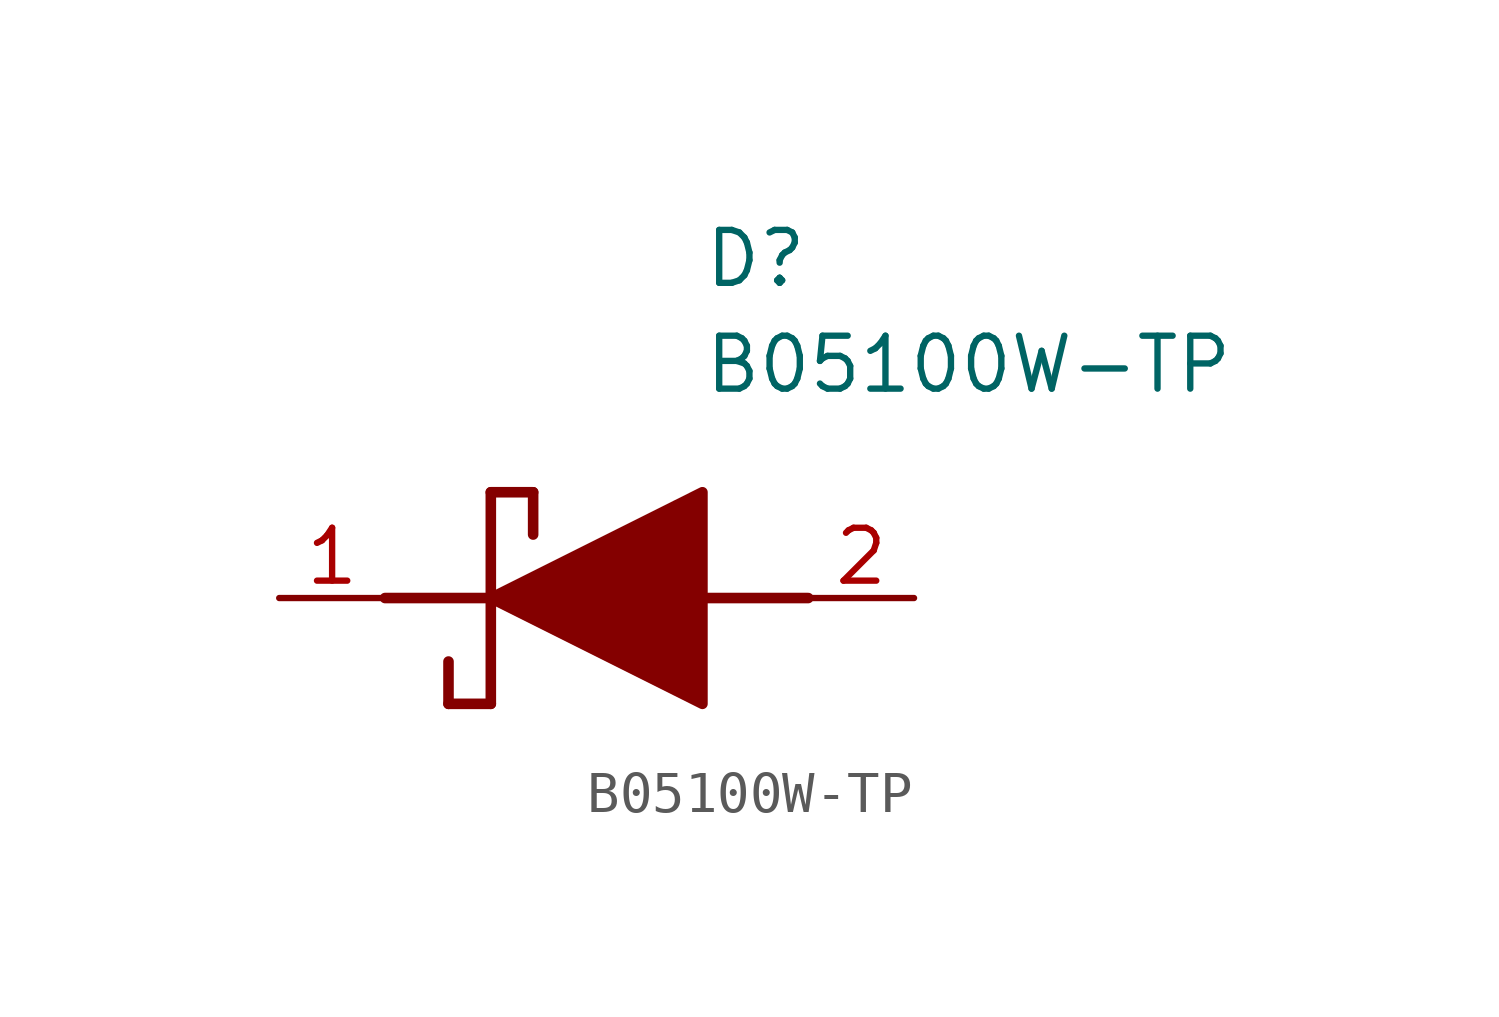
<source format=kicad_sym>
(kicad_symbol_lib
  (version 20211014)
  (generator SamacSys_ECAD_Model)
  (symbol "B05100W-TP"
    (pin_names hide)
    (property "Reference" "D"
      (at 12.7 8.89 0)
      (effects (font (size 1.27 1.27)) (justify left top)))
    (property "Value" "B05100W-TP"
      (at 12.7 6.35 0)
      (effects (font (size 1.27 1.27)) (justify left top)))
    (polyline
      (pts (xy 7.62 2.54) (xy 7.62 -2.54))
      (stroke (width 0.254) (type default))
      (fill (type none)))
    (polyline
      (pts (xy 7.62 2.54) (xy 8.636 2.54))
      (stroke (width 0.254) (type default))
      (fill (type none)))
    (polyline
      (pts (xy 8.636 1.524) (xy 8.636 2.54))
      (stroke (width 0.254) (type default))
      (fill (type none)))
    (polyline
      (pts (xy 7.62 -2.54) (xy 6.604 -2.54))
      (stroke (width 0.254) (type default))
      (fill (type none)))
    (polyline
      (pts (xy 6.604 -1.524) (xy 6.604 -2.54))
      (stroke (width 0.254) (type default))
      (fill (type none)))
    (polyline
      (pts (xy 5.08 0) (xy 7.62 0))
      (stroke (width 0.254) (type default))
      (fill (type none)))
    (polyline
      (pts (xy 12.7 0) (xy 15.24 0))
      (stroke (width 0.254) (type default))
      (fill (type none)))
    (polyline
      (pts (xy 7.62 0) (xy 12.7 2.54) (xy 12.7 -2.54) (xy 7.62 0))
      (stroke (width 0.254) (type default))
      (fill (type outline)))
    (pin passive line
      (at 2.54 0 0)
      (length 2.54)
      (name "K" (effects (font (size 1.27 1.27))))
      (number "1" (effects (font (size 1.27 1.27)))))
    (pin passive line
      (at 17.78 0 180)
      (length 2.54)
      (name "A" (effects (font (size 1.27 1.27))))
      (number "2" (effects (font (size 1.27 1.27)))))))
</source>
